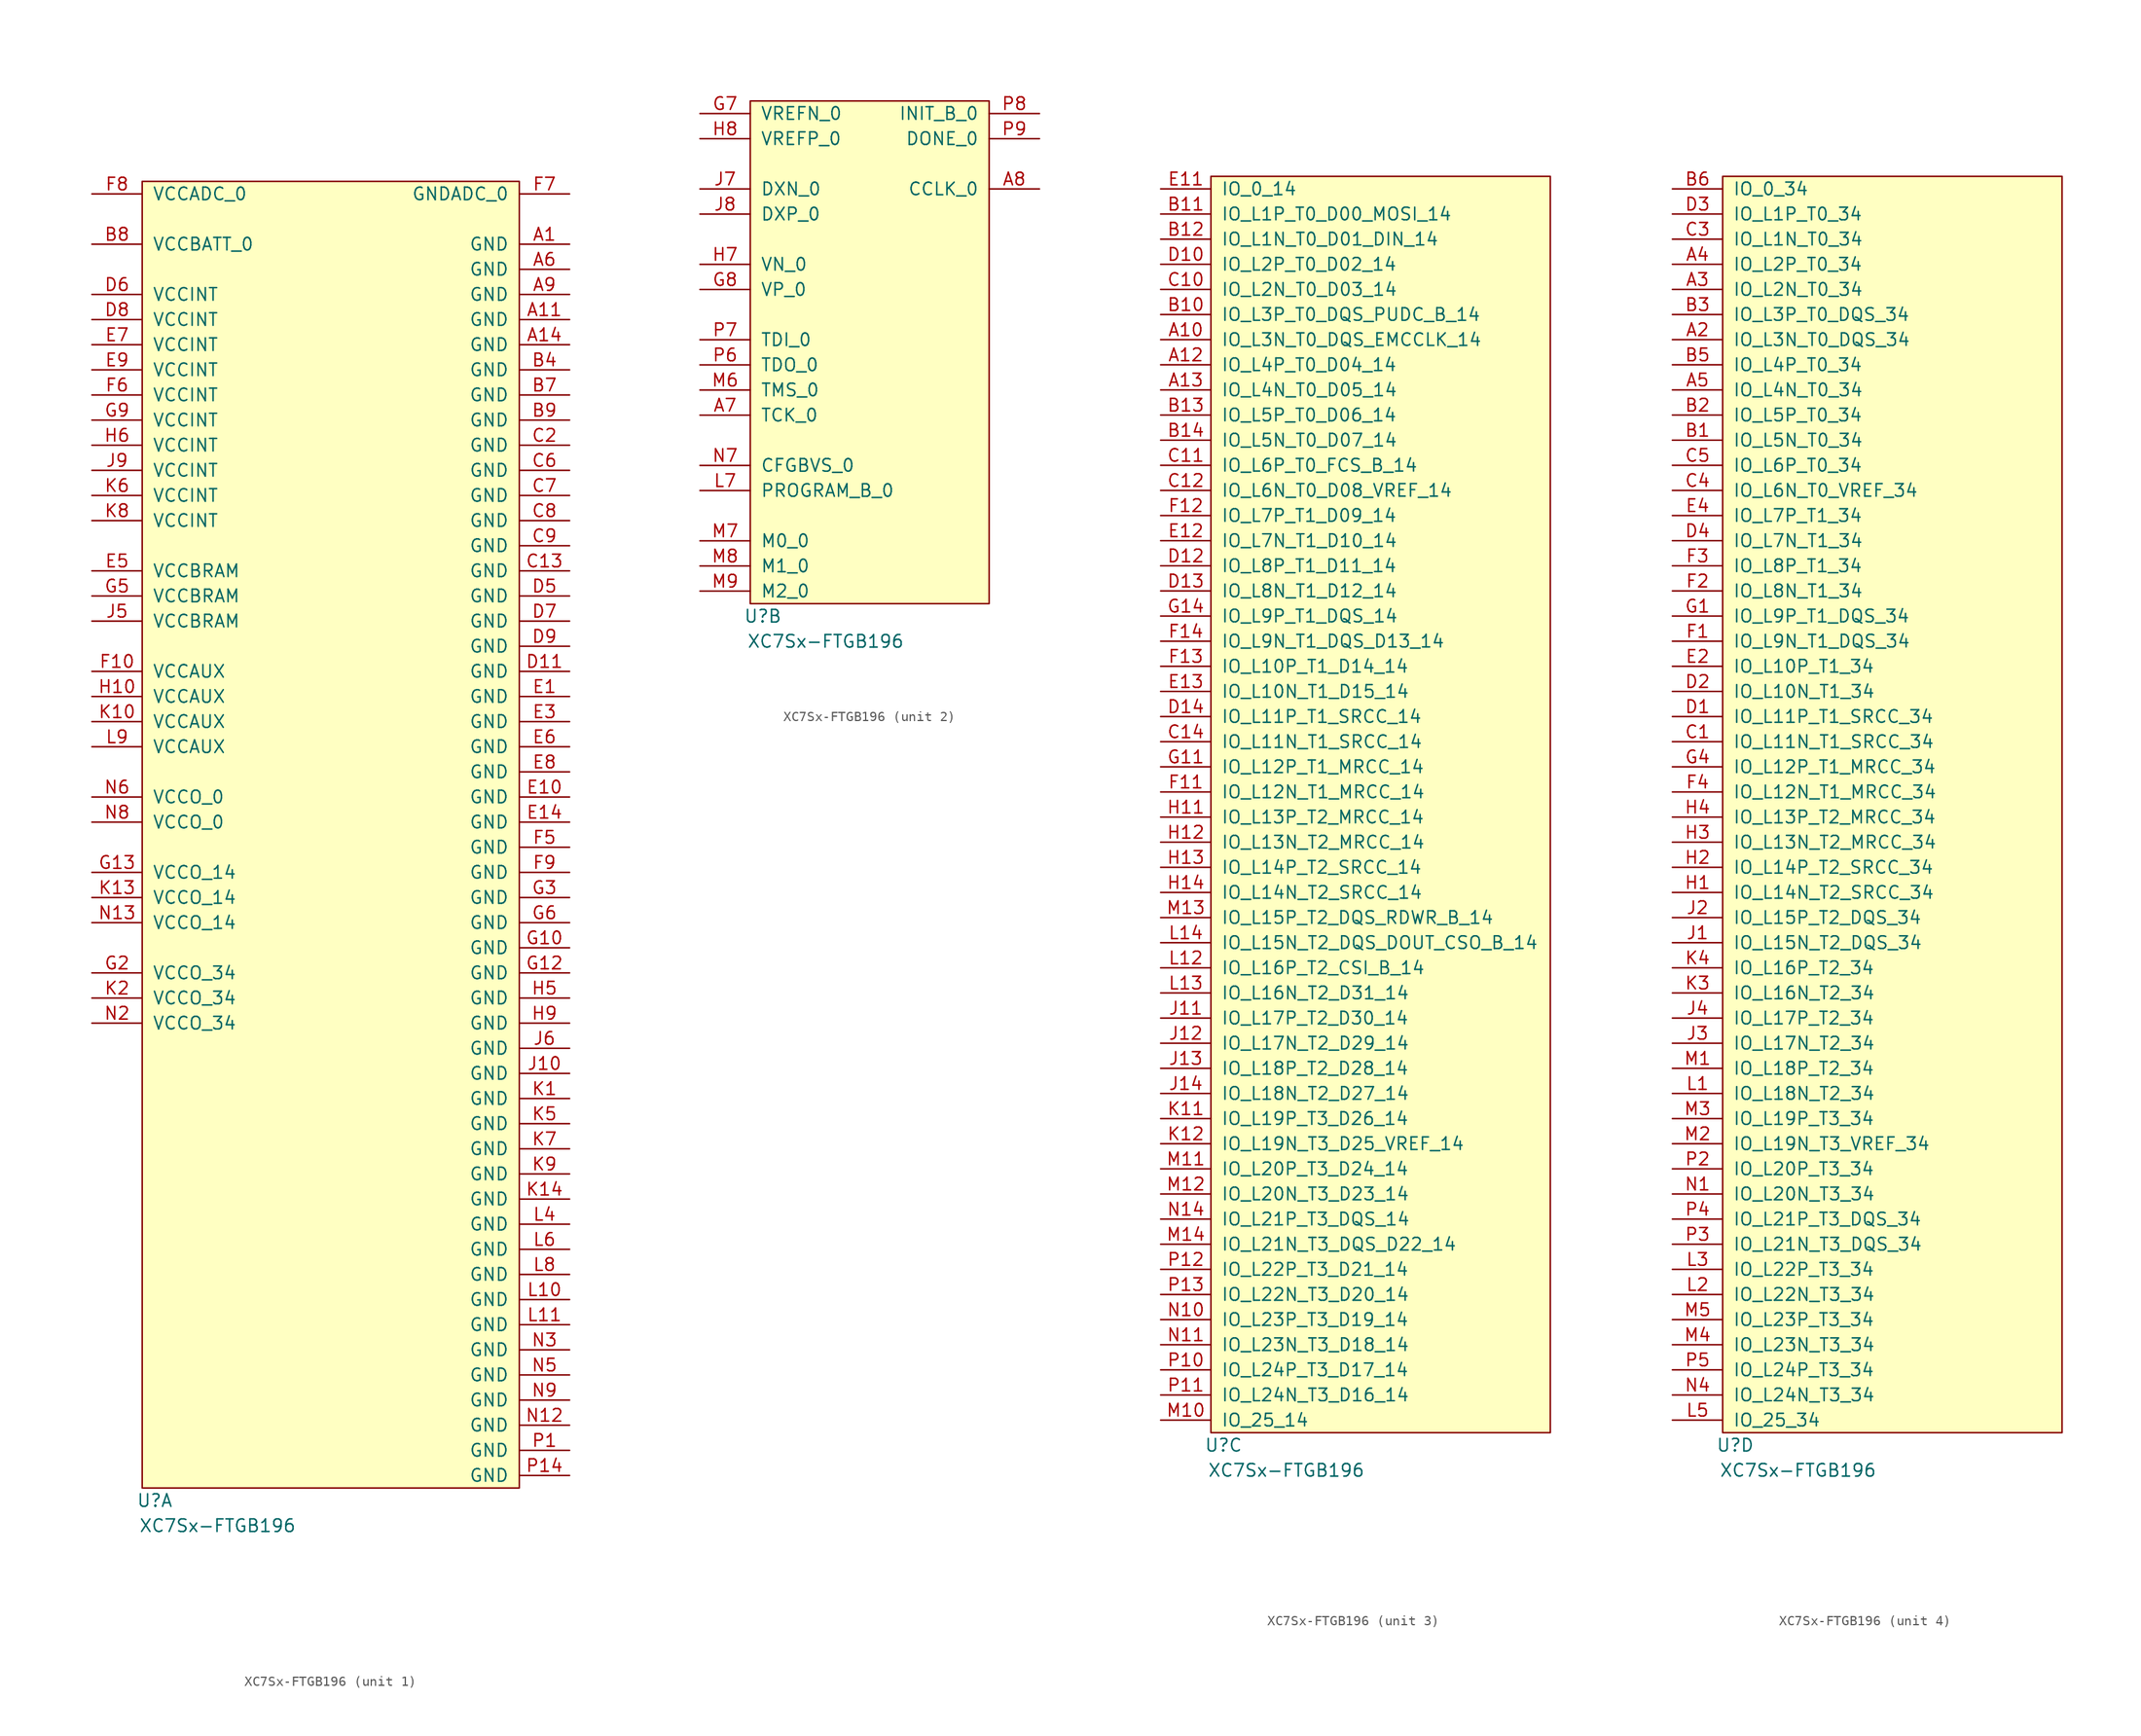
<source format=kicad_sym>
(kicad_symbol_lib
  (version 20211014)
  (generator kicad_symbol_editor)
  (symbol "XC7Sx-FTGB196"
    (pin_names
      (offset 1.016))
    (property "Reference" "U"
      (at 1.27 -1.27 0)
      (effects (font (size 1.27 1.27))))
    (property "Value" "XC7Sx-FTGB196"
      (at 7.62 -3.81 0)
      (effects (font (size 1.27 1.27))))
    (property "ki_locked" ""
      (at 0 0 0)
      (effects (font (size 1.27 1.27))))
    (symbol "XC7Sx-FTGB196_1_1"
      (rectangle (start 0 132.08) (end 38.1 0) (stroke (width 0) (type default) (color 0 0 0 0)) (fill (type background)))
      (pin power_in line (at 43.18 125.73 180) (length 5.08) (name "GND" (effects (font (size 1.27 1.27)))) (number "A1" (effects (font (size 1.27 1.27)))))
      (pin power_in line (at 43.18 118.11 180) (length 5.08) (name "GND" (effects (font (size 1.27 1.27)))) (number "A11" (effects (font (size 1.27 1.27)))))
      (pin power_in line (at 43.18 115.57 180) (length 5.08) (name "GND" (effects (font (size 1.27 1.27)))) (number "A14" (effects (font (size 1.27 1.27)))))
      (pin power_in line (at 43.18 123.19 180) (length 5.08) (name "GND" (effects (font (size 1.27 1.27)))) (number "A6" (effects (font (size 1.27 1.27)))))
      (pin power_in line (at 43.18 120.65 180) (length 5.08) (name "GND" (effects (font (size 1.27 1.27)))) (number "A9" (effects (font (size 1.27 1.27)))))
      (pin power_in line (at 43.18 113.03 180) (length 5.08) (name "GND" (effects (font (size 1.27 1.27)))) (number "B4" (effects (font (size 1.27 1.27)))))
      (pin power_in line (at 43.18 110.49 180) (length 5.08) (name "GND" (effects (font (size 1.27 1.27)))) (number "B7" (effects (font (size 1.27 1.27)))))
      (pin power_in line (at -5.08 125.73 0) (length 5.08) (name "VCCBATT_0" (effects (font (size 1.27 1.27)))) (number "B8" (effects (font (size 1.27 1.27)))))
      (pin power_in line (at 43.18 107.95 180) (length 5.08) (name "GND" (effects (font (size 1.27 1.27)))) (number "B9" (effects (font (size 1.27 1.27)))))
      (pin power_in line (at 43.18 92.71 180) (length 5.08) (name "GND" (effects (font (size 1.27 1.27)))) (number "C13" (effects (font (size 1.27 1.27)))))
      (pin power_in line (at 43.18 105.41 180) (length 5.08) (name "GND" (effects (font (size 1.27 1.27)))) (number "C2" (effects (font (size 1.27 1.27)))))
      (pin power_in line (at 43.18 102.87 180) (length 5.08) (name "GND" (effects (font (size 1.27 1.27)))) (number "C6" (effects (font (size 1.27 1.27)))))
      (pin power_in line (at 43.18 100.33 180) (length 5.08) (name "GND" (effects (font (size 1.27 1.27)))) (number "C7" (effects (font (size 1.27 1.27)))))
      (pin power_in line (at 43.18 97.79 180) (length 5.08) (name "GND" (effects (font (size 1.27 1.27)))) (number "C8" (effects (font (size 1.27 1.27)))))
      (pin power_in line (at 43.18 95.25 180) (length 5.08) (name "GND" (effects (font (size 1.27 1.27)))) (number "C9" (effects (font (size 1.27 1.27)))))
      (pin power_in line (at 43.18 82.55 180) (length 5.08) (name "GND" (effects (font (size 1.27 1.27)))) (number "D11" (effects (font (size 1.27 1.27)))))
      (pin power_in line (at 43.18 90.17 180) (length 5.08) (name "GND" (effects (font (size 1.27 1.27)))) (number "D5" (effects (font (size 1.27 1.27)))))
      (pin power_in line (at -5.08 120.65 0) (length 5.08) (name "VCCINT" (effects (font (size 1.27 1.27)))) (number "D6" (effects (font (size 1.27 1.27)))))
      (pin power_in line (at 43.18 87.63 180) (length 5.08) (name "GND" (effects (font (size 1.27 1.27)))) (number "D7" (effects (font (size 1.27 1.27)))))
      (pin power_in line (at -5.08 118.11 0) (length 5.08) (name "VCCINT" (effects (font (size 1.27 1.27)))) (number "D8" (effects (font (size 1.27 1.27)))))
      (pin power_in line (at 43.18 85.09 180) (length 5.08) (name "GND" (effects (font (size 1.27 1.27)))) (number "D9" (effects (font (size 1.27 1.27)))))
      (pin power_in line (at 43.18 80.01 180) (length 5.08) (name "GND" (effects (font (size 1.27 1.27)))) (number "E1" (effects (font (size 1.27 1.27)))))
      (pin power_in line (at 43.18 69.85 180) (length 5.08) (name "GND" (effects (font (size 1.27 1.27)))) (number "E10" (effects (font (size 1.27 1.27)))))
      (pin power_in line (at 43.18 67.31 180) (length 5.08) (name "GND" (effects (font (size 1.27 1.27)))) (number "E14" (effects (font (size 1.27 1.27)))))
      (pin power_in line (at 43.18 77.47 180) (length 5.08) (name "GND" (effects (font (size 1.27 1.27)))) (number "E3" (effects (font (size 1.27 1.27)))))
      (pin power_in line (at -5.08 92.71 0) (length 5.08) (name "VCCBRAM" (effects (font (size 1.27 1.27)))) (number "E5" (effects (font (size 1.27 1.27)))))
      (pin power_in line (at 43.18 74.93 180) (length 5.08) (name "GND" (effects (font (size 1.27 1.27)))) (number "E6" (effects (font (size 1.27 1.27)))))
      (pin power_in line (at -5.08 115.57 0) (length 5.08) (name "VCCINT" (effects (font (size 1.27 1.27)))) (number "E7" (effects (font (size 1.27 1.27)))))
      (pin power_in line (at 43.18 72.39 180) (length 5.08) (name "GND" (effects (font (size 1.27 1.27)))) (number "E8" (effects (font (size 1.27 1.27)))))
      (pin power_in line (at -5.08 113.03 0) (length 5.08) (name "VCCINT" (effects (font (size 1.27 1.27)))) (number "E9" (effects (font (size 1.27 1.27)))))
      (pin power_in line (at -5.08 82.55 0) (length 5.08) (name "VCCAUX" (effects (font (size 1.27 1.27)))) (number "F10" (effects (font (size 1.27 1.27)))))
      (pin power_in line (at 43.18 64.77 180) (length 5.08) (name "GND" (effects (font (size 1.27 1.27)))) (number "F5" (effects (font (size 1.27 1.27)))))
      (pin power_in line (at -5.08 110.49 0) (length 5.08) (name "VCCINT" (effects (font (size 1.27 1.27)))) (number "F6" (effects (font (size 1.27 1.27)))))
      (pin power_in line (at 43.18 130.81 180) (length 5.08) (name "GNDADC_0" (effects (font (size 1.27 1.27)))) (number "F7" (effects (font (size 1.27 1.27)))))
      (pin power_in line (at -5.08 130.81 0) (length 5.08) (name "VCCADC_0" (effects (font (size 1.27 1.27)))) (number "F8" (effects (font (size 1.27 1.27)))))
      (pin power_in line (at 43.18 62.23 180) (length 5.08) (name "GND" (effects (font (size 1.27 1.27)))) (number "F9" (effects (font (size 1.27 1.27)))))
      (pin power_in line (at 43.18 54.61 180) (length 5.08) (name "GND" (effects (font (size 1.27 1.27)))) (number "G10" (effects (font (size 1.27 1.27)))))
      (pin power_in line (at 43.18 52.07 180) (length 5.08) (name "GND" (effects (font (size 1.27 1.27)))) (number "G12" (effects (font (size 1.27 1.27)))))
      (pin power_in line (at -5.08 62.23 0) (length 5.08) (name "VCCO_14" (effects (font (size 1.27 1.27)))) (number "G13" (effects (font (size 1.27 1.27)))))
      (pin power_in line (at -5.08 52.07 0) (length 5.08) (name "VCCO_34" (effects (font (size 1.27 1.27)))) (number "G2" (effects (font (size 1.27 1.27)))))
      (pin power_in line (at 43.18 59.69 180) (length 5.08) (name "GND" (effects (font (size 1.27 1.27)))) (number "G3" (effects (font (size 1.27 1.27)))))
      (pin power_in line (at -5.08 90.17 0) (length 5.08) (name "VCCBRAM" (effects (font (size 1.27 1.27)))) (number "G5" (effects (font (size 1.27 1.27)))))
      (pin power_in line (at 43.18 57.15 180) (length 5.08) (name "GND" (effects (font (size 1.27 1.27)))) (number "G6" (effects (font (size 1.27 1.27)))))
      (pin power_in line (at -5.08 107.95 0) (length 5.08) (name "VCCINT" (effects (font (size 1.27 1.27)))) (number "G9" (effects (font (size 1.27 1.27)))))
      (pin power_in line (at -5.08 80.01 0) (length 5.08) (name "VCCAUX" (effects (font (size 1.27 1.27)))) (number "H10" (effects (font (size 1.27 1.27)))))
      (pin power_in line (at 43.18 49.53 180) (length 5.08) (name "GND" (effects (font (size 1.27 1.27)))) (number "H5" (effects (font (size 1.27 1.27)))))
      (pin power_in line (at -5.08 105.41 0) (length 5.08) (name "VCCINT" (effects (font (size 1.27 1.27)))) (number "H6" (effects (font (size 1.27 1.27)))))
      (pin power_in line (at 43.18 46.99 180) (length 5.08) (name "GND" (effects (font (size 1.27 1.27)))) (number "H9" (effects (font (size 1.27 1.27)))))
      (pin power_in line (at 43.18 41.91 180) (length 5.08) (name "GND" (effects (font (size 1.27 1.27)))) (number "J10" (effects (font (size 1.27 1.27)))))
      (pin power_in line (at -5.08 87.63 0) (length 5.08) (name "VCCBRAM" (effects (font (size 1.27 1.27)))) (number "J5" (effects (font (size 1.27 1.27)))))
      (pin power_in line (at 43.18 44.45 180) (length 5.08) (name "GND" (effects (font (size 1.27 1.27)))) (number "J6" (effects (font (size 1.27 1.27)))))
      (pin power_in line (at -5.08 102.87 0) (length 5.08) (name "VCCINT" (effects (font (size 1.27 1.27)))) (number "J9" (effects (font (size 1.27 1.27)))))
      (pin power_in line (at 43.18 39.37 180) (length 5.08) (name "GND" (effects (font (size 1.27 1.27)))) (number "K1" (effects (font (size 1.27 1.27)))))
      (pin power_in line (at -5.08 77.47 0) (length 5.08) (name "VCCAUX" (effects (font (size 1.27 1.27)))) (number "K10" (effects (font (size 1.27 1.27)))))
      (pin power_in line (at -5.08 59.69 0) (length 5.08) (name "VCCO_14" (effects (font (size 1.27 1.27)))) (number "K13" (effects (font (size 1.27 1.27)))))
      (pin power_in line (at 43.18 29.21 180) (length 5.08) (name "GND" (effects (font (size 1.27 1.27)))) (number "K14" (effects (font (size 1.27 1.27)))))
      (pin power_in line (at -5.08 49.53 0) (length 5.08) (name "VCCO_34" (effects (font (size 1.27 1.27)))) (number "K2" (effects (font (size 1.27 1.27)))))
      (pin power_in line (at 43.18 36.83 180) (length 5.08) (name "GND" (effects (font (size 1.27 1.27)))) (number "K5" (effects (font (size 1.27 1.27)))))
      (pin power_in line (at -5.08 100.33 0) (length 5.08) (name "VCCINT" (effects (font (size 1.27 1.27)))) (number "K6" (effects (font (size 1.27 1.27)))))
      (pin power_in line (at 43.18 34.29 180) (length 5.08) (name "GND" (effects (font (size 1.27 1.27)))) (number "K7" (effects (font (size 1.27 1.27)))))
      (pin power_in line (at -5.08 97.79 0) (length 5.08) (name "VCCINT" (effects (font (size 1.27 1.27)))) (number "K8" (effects (font (size 1.27 1.27)))))
      (pin power_in line (at 43.18 31.75 180) (length 5.08) (name "GND" (effects (font (size 1.27 1.27)))) (number "K9" (effects (font (size 1.27 1.27)))))
      (pin power_in line (at 43.18 19.05 180) (length 5.08) (name "GND" (effects (font (size 1.27 1.27)))) (number "L10" (effects (font (size 1.27 1.27)))))
      (pin power_in line (at 43.18 16.51 180) (length 5.08) (name "GND" (effects (font (size 1.27 1.27)))) (number "L11" (effects (font (size 1.27 1.27)))))
      (pin power_in line (at 43.18 26.67 180) (length 5.08) (name "GND" (effects (font (size 1.27 1.27)))) (number "L4" (effects (font (size 1.27 1.27)))))
      (pin power_in line (at 43.18 24.13 180) (length 5.08) (name "GND" (effects (font (size 1.27 1.27)))) (number "L6" (effects (font (size 1.27 1.27)))))
      (pin power_in line (at 43.18 21.59 180) (length 5.08) (name "GND" (effects (font (size 1.27 1.27)))) (number "L8" (effects (font (size 1.27 1.27)))))
      (pin power_in line (at -5.08 74.93 0) (length 5.08) (name "VCCAUX" (effects (font (size 1.27 1.27)))) (number "L9" (effects (font (size 1.27 1.27)))))
      (pin power_in line (at 43.18 6.35 180) (length 5.08) (name "GND" (effects (font (size 1.27 1.27)))) (number "N12" (effects (font (size 1.27 1.27)))))
      (pin power_in line (at -5.08 57.15 0) (length 5.08) (name "VCCO_14" (effects (font (size 1.27 1.27)))) (number "N13" (effects (font (size 1.27 1.27)))))
      (pin power_in line (at -5.08 46.99 0) (length 5.08) (name "VCCO_34" (effects (font (size 1.27 1.27)))) (number "N2" (effects (font (size 1.27 1.27)))))
      (pin power_in line (at 43.18 13.97 180) (length 5.08) (name "GND" (effects (font (size 1.27 1.27)))) (number "N3" (effects (font (size 1.27 1.27)))))
      (pin power_in line (at 43.18 11.43 180) (length 5.08) (name "GND" (effects (font (size 1.27 1.27)))) (number "N5" (effects (font (size 1.27 1.27)))))
      (pin power_in line (at -5.08 69.85 0) (length 5.08) (name "VCCO_0" (effects (font (size 1.27 1.27)))) (number "N6" (effects (font (size 1.27 1.27)))))
      (pin power_in line (at -5.08 67.31 0) (length 5.08) (name "VCCO_0" (effects (font (size 1.27 1.27)))) (number "N8" (effects (font (size 1.27 1.27)))))
      (pin power_in line (at 43.18 8.89 180) (length 5.08) (name "GND" (effects (font (size 1.27 1.27)))) (number "N9" (effects (font (size 1.27 1.27)))))
      (pin power_in line (at 43.18 3.81 180) (length 5.08) (name "GND" (effects (font (size 1.27 1.27)))) (number "P1" (effects (font (size 1.27 1.27)))))
      (pin power_in line (at 43.18 1.27 180) (length 5.08) (name "GND" (effects (font (size 1.27 1.27)))) (number "P14" (effects (font (size 1.27 1.27))))))
    (symbol "XC7Sx-FTGB196_2_1"
      (rectangle (start 0 50.8) (end 24.13 0) (stroke (width 0) (type default) (color 0 0 0 0)) (fill (type background)))
      (pin input line (at -5.08 19.05 0) (length 5.08) (name "TCK_0" (effects (font (size 1.27 1.27)))) (number "A7" (effects (font (size 1.27 1.27)))))
      (pin output line (at 29.21 41.91 180) (length 5.08) (name "CCLK_0" (effects (font (size 1.27 1.27)))) (number "A8" (effects (font (size 1.27 1.27)))))
      (pin power_in line (at -5.08 49.53 0) (length 5.08) (name "VREFN_0" (effects (font (size 1.27 1.27)))) (number "G7" (effects (font (size 1.27 1.27)))))
      (pin input line (at -5.08 31.75 0) (length 5.08) (name "VP_0" (effects (font (size 1.27 1.27)))) (number "G8" (effects (font (size 1.27 1.27)))))
      (pin input line (at -5.08 34.29 0) (length 5.08) (name "VN_0" (effects (font (size 1.27 1.27)))) (number "H7" (effects (font (size 1.27 1.27)))))
      (pin power_in line (at -5.08 46.99 0) (length 5.08) (name "VREFP_0" (effects (font (size 1.27 1.27)))) (number "H8" (effects (font (size 1.27 1.27)))))
      (pin passive line (at -5.08 41.91 0) (length 5.08) (name "DXN_0" (effects (font (size 1.27 1.27)))) (number "J7" (effects (font (size 1.27 1.27)))))
      (pin passive line (at -5.08 39.37 0) (length 5.08) (name "DXP_0" (effects (font (size 1.27 1.27)))) (number "J8" (effects (font (size 1.27 1.27)))))
      (pin input line (at -5.08 11.43 0) (length 5.08) (name "PROGRAM_B_0" (effects (font (size 1.27 1.27)))) (number "L7" (effects (font (size 1.27 1.27)))))
      (pin input line (at -5.08 21.59 0) (length 5.08) (name "TMS_0" (effects (font (size 1.27 1.27)))) (number "M6" (effects (font (size 1.27 1.27)))))
      (pin input line (at -5.08 6.35 0) (length 5.08) (name "M0_0" (effects (font (size 1.27 1.27)))) (number "M7" (effects (font (size 1.27 1.27)))))
      (pin input line (at -5.08 3.81 0) (length 5.08) (name "M1_0" (effects (font (size 1.27 1.27)))) (number "M8" (effects (font (size 1.27 1.27)))))
      (pin input line (at -5.08 1.27 0) (length 5.08) (name "M2_0" (effects (font (size 1.27 1.27)))) (number "M9" (effects (font (size 1.27 1.27)))))
      (pin input line (at -5.08 13.97 0) (length 5.08) (name "CFGBVS_0" (effects (font (size 1.27 1.27)))) (number "N7" (effects (font (size 1.27 1.27)))))
      (pin output line (at -5.08 24.13 0) (length 5.08) (name "TDO_0" (effects (font (size 1.27 1.27)))) (number "P6" (effects (font (size 1.27 1.27)))))
      (pin input line (at -5.08 26.67 0) (length 5.08) (name "TDI_0" (effects (font (size 1.27 1.27)))) (number "P7" (effects (font (size 1.27 1.27)))))
      (pin output line (at 29.21 49.53 180) (length 5.08) (name "INIT_B_0" (effects (font (size 1.27 1.27)))) (number "P8" (effects (font (size 1.27 1.27)))))
      (pin output line (at 29.21 46.99 180) (length 5.08) (name "DONE_0" (effects (font (size 1.27 1.27)))) (number "P9" (effects (font (size 1.27 1.27))))))
    (symbol "XC7Sx-FTGB196_3_1"
      (rectangle (start 0 127) (end 34.29 0) (stroke (width 0) (type default) (color 0 0 0 0)) (fill (type background)))
      (pin bidirectional line (at -5.08 110.49 0) (length 5.08) (name "IO_L3N_T0_DQS_EMCCLK_14" (effects (font (size 1.27 1.27)))) (number "A10" (effects (font (size 1.27 1.27)))))
      (pin bidirectional line (at -5.08 107.95 0) (length 5.08) (name "IO_L4P_T0_D04_14" (effects (font (size 1.27 1.27)))) (number "A12" (effects (font (size 1.27 1.27)))))
      (pin bidirectional line (at -5.08 105.41 0) (length 5.08) (name "IO_L4N_T0_D05_14" (effects (font (size 1.27 1.27)))) (number "A13" (effects (font (size 1.27 1.27)))))
      (pin bidirectional line (at -5.08 113.03 0) (length 5.08) (name "IO_L3P_T0_DQS_PUDC_B_14" (effects (font (size 1.27 1.27)))) (number "B10" (effects (font (size 1.27 1.27)))))
      (pin bidirectional line (at -5.08 123.19 0) (length 5.08) (name "IO_L1P_T0_D00_MOSI_14" (effects (font (size 1.27 1.27)))) (number "B11" (effects (font (size 1.27 1.27)))))
      (pin bidirectional line (at -5.08 120.65 0) (length 5.08) (name "IO_L1N_T0_D01_DIN_14" (effects (font (size 1.27 1.27)))) (number "B12" (effects (font (size 1.27 1.27)))))
      (pin bidirectional line (at -5.08 102.87 0) (length 5.08) (name "IO_L5P_T0_D06_14" (effects (font (size 1.27 1.27)))) (number "B13" (effects (font (size 1.27 1.27)))))
      (pin bidirectional line (at -5.08 100.33 0) (length 5.08) (name "IO_L5N_T0_D07_14" (effects (font (size 1.27 1.27)))) (number "B14" (effects (font (size 1.27 1.27)))))
      (pin bidirectional line (at -5.08 115.57 0) (length 5.08) (name "IO_L2N_T0_D03_14" (effects (font (size 1.27 1.27)))) (number "C10" (effects (font (size 1.27 1.27)))))
      (pin bidirectional line (at -5.08 97.79 0) (length 5.08) (name "IO_L6P_T0_FCS_B_14" (effects (font (size 1.27 1.27)))) (number "C11" (effects (font (size 1.27 1.27)))))
      (pin bidirectional line (at -5.08 95.25 0) (length 5.08) (name "IO_L6N_T0_D08_VREF_14" (effects (font (size 1.27 1.27)))) (number "C12" (effects (font (size 1.27 1.27)))))
      (pin bidirectional line (at -5.08 69.85 0) (length 5.08) (name "IO_L11N_T1_SRCC_14" (effects (font (size 1.27 1.27)))) (number "C14" (effects (font (size 1.27 1.27)))))
      (pin bidirectional line (at -5.08 118.11 0) (length 5.08) (name "IO_L2P_T0_D02_14" (effects (font (size 1.27 1.27)))) (number "D10" (effects (font (size 1.27 1.27)))))
      (pin bidirectional line (at -5.08 87.63 0) (length 5.08) (name "IO_L8P_T1_D11_14" (effects (font (size 1.27 1.27)))) (number "D12" (effects (font (size 1.27 1.27)))))
      (pin bidirectional line (at -5.08 85.09 0) (length 5.08) (name "IO_L8N_T1_D12_14" (effects (font (size 1.27 1.27)))) (number "D13" (effects (font (size 1.27 1.27)))))
      (pin bidirectional line (at -5.08 72.39 0) (length 5.08) (name "IO_L11P_T1_SRCC_14" (effects (font (size 1.27 1.27)))) (number "D14" (effects (font (size 1.27 1.27)))))
      (pin bidirectional line (at -5.08 125.73 0) (length 5.08) (name "IO_0_14" (effects (font (size 1.27 1.27)))) (number "E11" (effects (font (size 1.27 1.27)))))
      (pin bidirectional line (at -5.08 90.17 0) (length 5.08) (name "IO_L7N_T1_D10_14" (effects (font (size 1.27 1.27)))) (number "E12" (effects (font (size 1.27 1.27)))))
      (pin bidirectional line (at -5.08 74.93 0) (length 5.08) (name "IO_L10N_T1_D15_14" (effects (font (size 1.27 1.27)))) (number "E13" (effects (font (size 1.27 1.27)))))
      (pin bidirectional line (at -5.08 64.77 0) (length 5.08) (name "IO_L12N_T1_MRCC_14" (effects (font (size 1.27 1.27)))) (number "F11" (effects (font (size 1.27 1.27)))))
      (pin bidirectional line (at -5.08 92.71 0) (length 5.08) (name "IO_L7P_T1_D09_14" (effects (font (size 1.27 1.27)))) (number "F12" (effects (font (size 1.27 1.27)))))
      (pin bidirectional line (at -5.08 77.47 0) (length 5.08) (name "IO_L10P_T1_D14_14" (effects (font (size 1.27 1.27)))) (number "F13" (effects (font (size 1.27 1.27)))))
      (pin bidirectional line (at -5.08 80.01 0) (length 5.08) (name "IO_L9N_T1_DQS_D13_14" (effects (font (size 1.27 1.27)))) (number "F14" (effects (font (size 1.27 1.27)))))
      (pin bidirectional line (at -5.08 67.31 0) (length 5.08) (name "IO_L12P_T1_MRCC_14" (effects (font (size 1.27 1.27)))) (number "G11" (effects (font (size 1.27 1.27)))))
      (pin bidirectional line (at -5.08 82.55 0) (length 5.08) (name "IO_L9P_T1_DQS_14" (effects (font (size 1.27 1.27)))) (number "G14" (effects (font (size 1.27 1.27)))))
      (pin bidirectional line (at -5.08 62.23 0) (length 5.08) (name "IO_L13P_T2_MRCC_14" (effects (font (size 1.27 1.27)))) (number "H11" (effects (font (size 1.27 1.27)))))
      (pin bidirectional line (at -5.08 59.69 0) (length 5.08) (name "IO_L13N_T2_MRCC_14" (effects (font (size 1.27 1.27)))) (number "H12" (effects (font (size 1.27 1.27)))))
      (pin bidirectional line (at -5.08 57.15 0) (length 5.08) (name "IO_L14P_T2_SRCC_14" (effects (font (size 1.27 1.27)))) (number "H13" (effects (font (size 1.27 1.27)))))
      (pin bidirectional line (at -5.08 54.61 0) (length 5.08) (name "IO_L14N_T2_SRCC_14" (effects (font (size 1.27 1.27)))) (number "H14" (effects (font (size 1.27 1.27)))))
      (pin bidirectional line (at -5.08 41.91 0) (length 5.08) (name "IO_L17P_T2_D30_14" (effects (font (size 1.27 1.27)))) (number "J11" (effects (font (size 1.27 1.27)))))
      (pin bidirectional line (at -5.08 39.37 0) (length 5.08) (name "IO_L17N_T2_D29_14" (effects (font (size 1.27 1.27)))) (number "J12" (effects (font (size 1.27 1.27)))))
      (pin bidirectional line (at -5.08 36.83 0) (length 5.08) (name "IO_L18P_T2_D28_14" (effects (font (size 1.27 1.27)))) (number "J13" (effects (font (size 1.27 1.27)))))
      (pin bidirectional line (at -5.08 34.29 0) (length 5.08) (name "IO_L18N_T2_D27_14" (effects (font (size 1.27 1.27)))) (number "J14" (effects (font (size 1.27 1.27)))))
      (pin bidirectional line (at -5.08 31.75 0) (length 5.08) (name "IO_L19P_T3_D26_14" (effects (font (size 1.27 1.27)))) (number "K11" (effects (font (size 1.27 1.27)))))
      (pin bidirectional line (at -5.08 29.21 0) (length 5.08) (name "IO_L19N_T3_D25_VREF_14" (effects (font (size 1.27 1.27)))) (number "K12" (effects (font (size 1.27 1.27)))))
      (pin bidirectional line (at -5.08 46.99 0) (length 5.08) (name "IO_L16P_T2_CSI_B_14" (effects (font (size 1.27 1.27)))) (number "L12" (effects (font (size 1.27 1.27)))))
      (pin bidirectional line (at -5.08 44.45 0) (length 5.08) (name "IO_L16N_T2_D31_14" (effects (font (size 1.27 1.27)))) (number "L13" (effects (font (size 1.27 1.27)))))
      (pin bidirectional line (at -5.08 49.53 0) (length 5.08) (name "IO_L15N_T2_DQS_DOUT_CSO_B_14" (effects (font (size 1.27 1.27)))) (number "L14" (effects (font (size 1.27 1.27)))))
      (pin bidirectional line (at -5.08 1.27 0) (length 5.08) (name "IO_25_14" (effects (font (size 1.27 1.27)))) (number "M10" (effects (font (size 1.27 1.27)))))
      (pin bidirectional line (at -5.08 26.67 0) (length 5.08) (name "IO_L20P_T3_D24_14" (effects (font (size 1.27 1.27)))) (number "M11" (effects (font (size 1.27 1.27)))))
      (pin bidirectional line (at -5.08 24.13 0) (length 5.08) (name "IO_L20N_T3_D23_14" (effects (font (size 1.27 1.27)))) (number "M12" (effects (font (size 1.27 1.27)))))
      (pin bidirectional line (at -5.08 52.07 0) (length 5.08) (name "IO_L15P_T2_DQS_RDWR_B_14" (effects (font (size 1.27 1.27)))) (number "M13" (effects (font (size 1.27 1.27)))))
      (pin bidirectional line (at -5.08 19.05 0) (length 5.08) (name "IO_L21N_T3_DQS_D22_14" (effects (font (size 1.27 1.27)))) (number "M14" (effects (font (size 1.27 1.27)))))
      (pin bidirectional line (at -5.08 11.43 0) (length 5.08) (name "IO_L23P_T3_D19_14" (effects (font (size 1.27 1.27)))) (number "N10" (effects (font (size 1.27 1.27)))))
      (pin bidirectional line (at -5.08 8.89 0) (length 5.08) (name "IO_L23N_T3_D18_14" (effects (font (size 1.27 1.27)))) (number "N11" (effects (font (size 1.27 1.27)))))
      (pin bidirectional line (at -5.08 21.59 0) (length 5.08) (name "IO_L21P_T3_DQS_14" (effects (font (size 1.27 1.27)))) (number "N14" (effects (font (size 1.27 1.27)))))
      (pin bidirectional line (at -5.08 6.35 0) (length 5.08) (name "IO_L24P_T3_D17_14" (effects (font (size 1.27 1.27)))) (number "P10" (effects (font (size 1.27 1.27)))))
      (pin bidirectional line (at -5.08 3.81 0) (length 5.08) (name "IO_L24N_T3_D16_14" (effects (font (size 1.27 1.27)))) (number "P11" (effects (font (size 1.27 1.27)))))
      (pin bidirectional line (at -5.08 16.51 0) (length 5.08) (name "IO_L22P_T3_D21_14" (effects (font (size 1.27 1.27)))) (number "P12" (effects (font (size 1.27 1.27)))))
      (pin bidirectional line (at -5.08 13.97 0) (length 5.08) (name "IO_L22N_T3_D20_14" (effects (font (size 1.27 1.27)))) (number "P13" (effects (font (size 1.27 1.27))))))
    (symbol "XC7Sx-FTGB196_4_1"
      (rectangle (start 0 127) (end 34.29 0) (stroke (width 0) (type default) (color 0 0 0 0)) (fill (type background)))
      (pin bidirectional line (at -5.08 110.49 0) (length 5.08) (name "IO_L3N_T0_DQS_34" (effects (font (size 1.27 1.27)))) (number "A2" (effects (font (size 1.27 1.27)))))
      (pin bidirectional line (at -5.08 115.57 0) (length 5.08) (name "IO_L2N_T0_34" (effects (font (size 1.27 1.27)))) (number "A3" (effects (font (size 1.27 1.27)))))
      (pin bidirectional line (at -5.08 118.11 0) (length 5.08) (name "IO_L2P_T0_34" (effects (font (size 1.27 1.27)))) (number "A4" (effects (font (size 1.27 1.27)))))
      (pin bidirectional line (at -5.08 105.41 0) (length 5.08) (name "IO_L4N_T0_34" (effects (font (size 1.27 1.27)))) (number "A5" (effects (font (size 1.27 1.27)))))
      (pin bidirectional line (at -5.08 100.33 0) (length 5.08) (name "IO_L5N_T0_34" (effects (font (size 1.27 1.27)))) (number "B1" (effects (font (size 1.27 1.27)))))
      (pin bidirectional line (at -5.08 102.87 0) (length 5.08) (name "IO_L5P_T0_34" (effects (font (size 1.27 1.27)))) (number "B2" (effects (font (size 1.27 1.27)))))
      (pin bidirectional line (at -5.08 113.03 0) (length 5.08) (name "IO_L3P_T0_DQS_34" (effects (font (size 1.27 1.27)))) (number "B3" (effects (font (size 1.27 1.27)))))
      (pin bidirectional line (at -5.08 107.95 0) (length 5.08) (name "IO_L4P_T0_34" (effects (font (size 1.27 1.27)))) (number "B5" (effects (font (size 1.27 1.27)))))
      (pin bidirectional line (at -5.08 125.73 0) (length 5.08) (name "IO_0_34" (effects (font (size 1.27 1.27)))) (number "B6" (effects (font (size 1.27 1.27)))))
      (pin bidirectional line (at -5.08 69.85 0) (length 5.08) (name "IO_L11N_T1_SRCC_34" (effects (font (size 1.27 1.27)))) (number "C1" (effects (font (size 1.27 1.27)))))
      (pin bidirectional line (at -5.08 120.65 0) (length 5.08) (name "IO_L1N_T0_34" (effects (font (size 1.27 1.27)))) (number "C3" (effects (font (size 1.27 1.27)))))
      (pin bidirectional line (at -5.08 95.25 0) (length 5.08) (name "IO_L6N_T0_VREF_34" (effects (font (size 1.27 1.27)))) (number "C4" (effects (font (size 1.27 1.27)))))
      (pin bidirectional line (at -5.08 97.79 0) (length 5.08) (name "IO_L6P_T0_34" (effects (font (size 1.27 1.27)))) (number "C5" (effects (font (size 1.27 1.27)))))
      (pin bidirectional line (at -5.08 72.39 0) (length 5.08) (name "IO_L11P_T1_SRCC_34" (effects (font (size 1.27 1.27)))) (number "D1" (effects (font (size 1.27 1.27)))))
      (pin bidirectional line (at -5.08 74.93 0) (length 5.08) (name "IO_L10N_T1_34" (effects (font (size 1.27 1.27)))) (number "D2" (effects (font (size 1.27 1.27)))))
      (pin bidirectional line (at -5.08 123.19 0) (length 5.08) (name "IO_L1P_T0_34" (effects (font (size 1.27 1.27)))) (number "D3" (effects (font (size 1.27 1.27)))))
      (pin bidirectional line (at -5.08 90.17 0) (length 5.08) (name "IO_L7N_T1_34" (effects (font (size 1.27 1.27)))) (number "D4" (effects (font (size 1.27 1.27)))))
      (pin bidirectional line (at -5.08 77.47 0) (length 5.08) (name "IO_L10P_T1_34" (effects (font (size 1.27 1.27)))) (number "E2" (effects (font (size 1.27 1.27)))))
      (pin bidirectional line (at -5.08 92.71 0) (length 5.08) (name "IO_L7P_T1_34" (effects (font (size 1.27 1.27)))) (number "E4" (effects (font (size 1.27 1.27)))))
      (pin bidirectional line (at -5.08 80.01 0) (length 5.08) (name "IO_L9N_T1_DQS_34" (effects (font (size 1.27 1.27)))) (number "F1" (effects (font (size 1.27 1.27)))))
      (pin bidirectional line (at -5.08 85.09 0) (length 5.08) (name "IO_L8N_T1_34" (effects (font (size 1.27 1.27)))) (number "F2" (effects (font (size 1.27 1.27)))))
      (pin bidirectional line (at -5.08 87.63 0) (length 5.08) (name "IO_L8P_T1_34" (effects (font (size 1.27 1.27)))) (number "F3" (effects (font (size 1.27 1.27)))))
      (pin bidirectional line (at -5.08 64.77 0) (length 5.08) (name "IO_L12N_T1_MRCC_34" (effects (font (size 1.27 1.27)))) (number "F4" (effects (font (size 1.27 1.27)))))
      (pin bidirectional line (at -5.08 82.55 0) (length 5.08) (name "IO_L9P_T1_DQS_34" (effects (font (size 1.27 1.27)))) (number "G1" (effects (font (size 1.27 1.27)))))
      (pin bidirectional line (at -5.08 67.31 0) (length 5.08) (name "IO_L12P_T1_MRCC_34" (effects (font (size 1.27 1.27)))) (number "G4" (effects (font (size 1.27 1.27)))))
      (pin bidirectional line (at -5.08 54.61 0) (length 5.08) (name "IO_L14N_T2_SRCC_34" (effects (font (size 1.27 1.27)))) (number "H1" (effects (font (size 1.27 1.27)))))
      (pin bidirectional line (at -5.08 57.15 0) (length 5.08) (name "IO_L14P_T2_SRCC_34" (effects (font (size 1.27 1.27)))) (number "H2" (effects (font (size 1.27 1.27)))))
      (pin bidirectional line (at -5.08 59.69 0) (length 5.08) (name "IO_L13N_T2_MRCC_34" (effects (font (size 1.27 1.27)))) (number "H3" (effects (font (size 1.27 1.27)))))
      (pin bidirectional line (at -5.08 62.23 0) (length 5.08) (name "IO_L13P_T2_MRCC_34" (effects (font (size 1.27 1.27)))) (number "H4" (effects (font (size 1.27 1.27)))))
      (pin bidirectional line (at -5.08 49.53 0) (length 5.08) (name "IO_L15N_T2_DQS_34" (effects (font (size 1.27 1.27)))) (number "J1" (effects (font (size 1.27 1.27)))))
      (pin bidirectional line (at -5.08 52.07 0) (length 5.08) (name "IO_L15P_T2_DQS_34" (effects (font (size 1.27 1.27)))) (number "J2" (effects (font (size 1.27 1.27)))))
      (pin bidirectional line (at -5.08 39.37 0) (length 5.08) (name "IO_L17N_T2_34" (effects (font (size 1.27 1.27)))) (number "J3" (effects (font (size 1.27 1.27)))))
      (pin bidirectional line (at -5.08 41.91 0) (length 5.08) (name "IO_L17P_T2_34" (effects (font (size 1.27 1.27)))) (number "J4" (effects (font (size 1.27 1.27)))))
      (pin bidirectional line (at -5.08 44.45 0) (length 5.08) (name "IO_L16N_T2_34" (effects (font (size 1.27 1.27)))) (number "K3" (effects (font (size 1.27 1.27)))))
      (pin bidirectional line (at -5.08 46.99 0) (length 5.08) (name "IO_L16P_T2_34" (effects (font (size 1.27 1.27)))) (number "K4" (effects (font (size 1.27 1.27)))))
      (pin bidirectional line (at -5.08 34.29 0) (length 5.08) (name "IO_L18N_T2_34" (effects (font (size 1.27 1.27)))) (number "L1" (effects (font (size 1.27 1.27)))))
      (pin bidirectional line (at -5.08 13.97 0) (length 5.08) (name "IO_L22N_T3_34" (effects (font (size 1.27 1.27)))) (number "L2" (effects (font (size 1.27 1.27)))))
      (pin bidirectional line (at -5.08 16.51 0) (length 5.08) (name "IO_L22P_T3_34" (effects (font (size 1.27 1.27)))) (number "L3" (effects (font (size 1.27 1.27)))))
      (pin bidirectional line (at -5.08 1.27 0) (length 5.08) (name "IO_25_34" (effects (font (size 1.27 1.27)))) (number "L5" (effects (font (size 1.27 1.27)))))
      (pin bidirectional line (at -5.08 36.83 0) (length 5.08) (name "IO_L18P_T2_34" (effects (font (size 1.27 1.27)))) (number "M1" (effects (font (size 1.27 1.27)))))
      (pin bidirectional line (at -5.08 29.21 0) (length 5.08) (name "IO_L19N_T3_VREF_34" (effects (font (size 1.27 1.27)))) (number "M2" (effects (font (size 1.27 1.27)))))
      (pin bidirectional line (at -5.08 31.75 0) (length 5.08) (name "IO_L19P_T3_34" (effects (font (size 1.27 1.27)))) (number "M3" (effects (font (size 1.27 1.27)))))
      (pin bidirectional line (at -5.08 8.89 0) (length 5.08) (name "IO_L23N_T3_34" (effects (font (size 1.27 1.27)))) (number "M4" (effects (font (size 1.27 1.27)))))
      (pin bidirectional line (at -5.08 11.43 0) (length 5.08) (name "IO_L23P_T3_34" (effects (font (size 1.27 1.27)))) (number "M5" (effects (font (size 1.27 1.27)))))
      (pin bidirectional line (at -5.08 24.13 0) (length 5.08) (name "IO_L20N_T3_34" (effects (font (size 1.27 1.27)))) (number "N1" (effects (font (size 1.27 1.27)))))
      (pin bidirectional line (at -5.08 3.81 0) (length 5.08) (name "IO_L24N_T3_34" (effects (font (size 1.27 1.27)))) (number "N4" (effects (font (size 1.27 1.27)))))
      (pin bidirectional line (at -5.08 26.67 0) (length 5.08) (name "IO_L20P_T3_34" (effects (font (size 1.27 1.27)))) (number "P2" (effects (font (size 1.27 1.27)))))
      (pin bidirectional line (at -5.08 19.05 0) (length 5.08) (name "IO_L21N_T3_DQS_34" (effects (font (size 1.27 1.27)))) (number "P3" (effects (font (size 1.27 1.27)))))
      (pin bidirectional line (at -5.08 21.59 0) (length 5.08) (name "IO_L21P_T3_DQS_34" (effects (font (size 1.27 1.27)))) (number "P4" (effects (font (size 1.27 1.27)))))
      (pin bidirectional line (at -5.08 6.35 0) (length 5.08) (name "IO_L24P_T3_34" (effects (font (size 1.27 1.27)))) (number "P5" (effects (font (size 1.27 1.27))))))))
</source>
